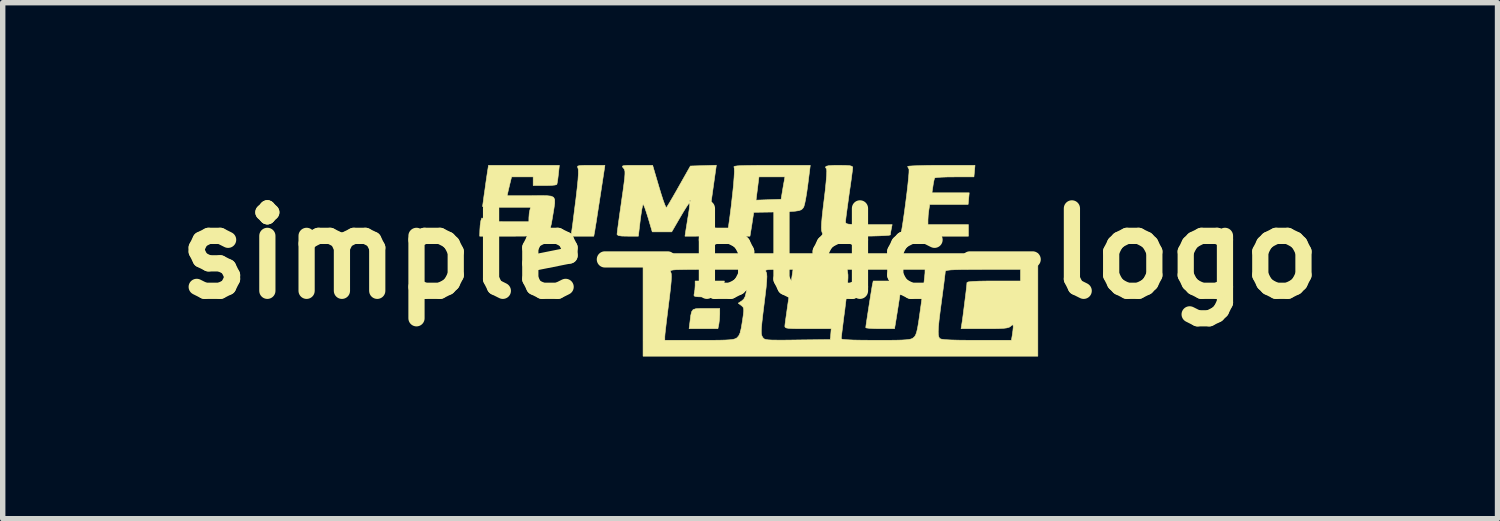
<source format=kicad_pcb>
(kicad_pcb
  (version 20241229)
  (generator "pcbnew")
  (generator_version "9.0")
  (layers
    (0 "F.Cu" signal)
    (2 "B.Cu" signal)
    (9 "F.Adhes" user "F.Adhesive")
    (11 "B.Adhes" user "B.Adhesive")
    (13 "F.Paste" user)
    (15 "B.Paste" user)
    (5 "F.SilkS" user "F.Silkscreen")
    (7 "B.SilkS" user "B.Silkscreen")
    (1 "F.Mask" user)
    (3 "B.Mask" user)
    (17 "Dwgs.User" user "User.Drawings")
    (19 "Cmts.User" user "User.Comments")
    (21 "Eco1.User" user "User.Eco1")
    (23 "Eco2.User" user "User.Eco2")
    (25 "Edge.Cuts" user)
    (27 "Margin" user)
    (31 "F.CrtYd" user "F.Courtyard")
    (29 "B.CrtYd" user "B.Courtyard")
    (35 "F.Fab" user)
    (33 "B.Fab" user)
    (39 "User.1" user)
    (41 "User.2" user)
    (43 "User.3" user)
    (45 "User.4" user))
  (footprint "simple-bldc-logo"
    (layer "F.Cu")
    (at 10.82 1.638)
    (property "Reference" "simple-bldc-logo" (at 0 0 0) (layer "F.SilkS") (effects (font (size 1.524 1.524) (thickness 0.3))))
    (attr through_hole)
    (fp_poly (pts (xy -0.814 1.016) (xy -0.561 1.016) (xy -0.561 1.12) (xy -0.566 1.214) (xy -0.577 1.302) (xy -0.578 1.307) (xy -0.595 1.39) (xy -1.128 1.39) (xy -1.11 1.25) (xy -1.097 1.144) (xy -1.081 1.076) (xy -1.053 1.037) (xy -1.001 1.02) (xy -0.916 1.016) (xy -0.814 1.016)) (stroke (width 0.01) (type solid)) (fill yes) (layer "F.SilkS"))
    (fp_poly (pts (xy -0.491 0.592) (xy -0.504 0.673) (xy -0.508 0.739) (xy -0.51 0.767) (xy -0.522 0.786) (xy -0.555 0.796) (xy -0.617 0.801) (xy -0.719 0.802) (xy -0.778 0.802) (xy -0.901 0.802) (xy -0.978 0.799) (xy -1.021 0.792) (xy -1.037 0.778) (xy -1.036 0.755) (xy -1.033 0.742) (xy -1.021 0.671) (xy -1.016 0.595) (xy -1.016 0.508) (xy -0.475 0.508) (xy -0.491 0.592)) (stroke (width 0.01) (type solid)) (fill yes) (layer "F.SilkS"))
    (fp_poly (pts (xy -2.771 -1.063) (xy -2.798 -0.889) (xy -2.823 -0.729) (xy -2.844 -0.59) (xy -2.862 -0.484) (xy -2.872 -0.418) (xy -2.874 -0.408) (xy -2.89 -0.321) (xy -3.314 -0.321) (xy -3.301 -0.394) (xy -3.294 -0.443) (xy -3.281 -0.535) (xy -3.265 -0.662) (xy -3.246 -0.813) (xy -3.225 -0.979) (xy -3.222 -0.999) (xy -3.198 -1.207) (xy -3.182 -1.365) (xy -3.175 -1.478) (xy -3.176 -1.55) (xy -3.183 -1.581) (xy -3.192 -1.604) (xy -3.184 -1.618) (xy -3.15 -1.626) (xy -3.082 -1.63) (xy -2.97 -1.631) (xy -2.947 -1.631) (xy -2.684 -1.631) (xy -2.771 -1.063)) (stroke (width 0.01) (type solid)) (fill yes) (layer "F.SilkS"))
    (fp_poly (pts (xy 2.654 0.509) (xy 2.742 0.512) (xy 2.796 0.517) (xy 2.807 0.521) (xy 2.803 0.55) (xy 2.793 0.621) (xy 2.777 0.722) (xy 2.759 0.843) (xy 2.739 0.972) (xy 2.719 1.098) (xy 2.701 1.21) (xy 2.687 1.297) (xy 2.686 1.303) (xy 2.671 1.39) (xy 2.405 1.39) (xy 2.293 1.388) (xy 2.205 1.383) (xy 2.15 1.376) (xy 2.139 1.37) (xy 2.143 1.334) (xy 2.154 1.258) (xy 2.17 1.152) (xy 2.189 1.029) (xy 2.209 0.901) (xy 2.228 0.78) (xy 2.245 0.677) (xy 2.257 0.604) (xy 2.261 0.582) (xy 2.277 0.508) (xy 2.542 0.508) (xy 2.654 0.509)) (stroke (width 0.01) (type solid)) (fill yes) (layer "F.SilkS"))
    (fp_poly (pts (xy 4.149 -1.524) (xy 4.139 -1.417) (xy 3.782 -1.417) (xy 3.65 -1.416) (xy 3.538 -1.412) (xy 3.456 -1.406) (xy 3.416 -1.399) (xy 3.413 -1.397) (xy 3.402 -1.361) (xy 3.388 -1.291) (xy 3.382 -1.25) (xy 3.363 -1.123) (xy 4.052 -1.123) (xy 4.042 -1.016) (xy 4.032 -0.909) (xy 3.322 -0.909) (xy 3.306 -0.809) (xy 3.294 -0.715) (xy 3.289 -0.625) (xy 3.289 -0.622) (xy 3.289 -0.535) (xy 4.037 -0.535) (xy 4.037 -0.321) (xy 2.782 -0.321) (xy 2.796 -0.394) (xy 2.816 -0.509) (xy 2.837 -0.648) (xy 2.859 -0.803) (xy 2.88 -0.964) (xy 2.9 -1.122) (xy 2.917 -1.269) (xy 2.93 -1.396) (xy 2.938 -1.492) (xy 2.939 -1.55) (xy 2.937 -1.563) (xy 2.915 -1.602) (xy 2.914 -1.61) (xy 2.94 -1.616) (xy 3.011 -1.621) (xy 3.122 -1.625) (xy 3.263 -1.629) (xy 3.428 -1.631) (xy 3.537 -1.631) (xy 4.159 -1.631) (xy 4.149 -1.524)) (stroke (width 0.01) (type solid)) (fill yes) (layer "F.SilkS"))
    (fp_poly (pts (xy 1.767 -1.629) (xy 1.845 -1.624) (xy 1.886 -1.612) (xy 1.898 -1.595) (xy 1.898 -1.593) (xy 1.895 -1.556) (xy 1.884 -1.474) (xy 1.869 -1.359) (xy 1.849 -1.219) (xy 1.831 -1.096) (xy 1.81 -0.942) (xy 1.791 -0.804) (xy 1.776 -0.692) (xy 1.767 -0.615) (xy 1.765 -0.586) (xy 1.768 -0.567) (xy 1.782 -0.553) (xy 1.815 -0.544) (xy 1.874 -0.539) (xy 1.967 -0.536) (xy 2.102 -0.535) (xy 2.196 -0.535) (xy 2.627 -0.535) (xy 2.61 -0.451) (xy 2.598 -0.386) (xy 2.593 -0.344) (xy 2.593 -0.344) (xy 2.568 -0.338) (xy 2.496 -0.332) (xy 2.386 -0.327) (xy 2.245 -0.323) (xy 2.08 -0.321) (xy 1.978 -0.321) (xy 1.362 -0.321) (xy 1.332 -0.388) (xy 1.322 -0.423) (xy 1.319 -0.479) (xy 1.322 -0.561) (xy 1.332 -0.677) (xy 1.349 -0.833) (xy 1.369 -0.996) (xy 1.39 -1.171) (xy 1.405 -1.322) (xy 1.415 -1.442) (xy 1.418 -1.525) (xy 1.414 -1.562) (xy 1.414 -1.563) (xy 1.394 -1.593) (xy 1.405 -1.613) (xy 1.452 -1.624) (xy 1.541 -1.63) (xy 1.644 -1.631) (xy 1.767 -1.629)) (stroke (width 0.01) (type solid)) (fill yes) (layer "F.SilkS"))
    (fp_poly (pts (xy 1.068 -1.275) (xy 1.049 -1.138) (xy 1.029 -1.016) (xy 1.01 -0.921) (xy 0.994 -0.866) (xy 0.992 -0.861) (xy 0.972 -0.831) (xy 0.945 -0.809) (xy 0.901 -0.793) (xy 0.833 -0.783) (xy 0.734 -0.776) (xy 0.596 -0.771) (xy 0.455 -0.768) (xy 0.068 -0.762) (xy 0.047 -0.628) (xy 0.032 -0.529) (xy 0.017 -0.437) (xy 0.012 -0.408) (xy -0.002 -0.321) (xy -0.424 -0.321) (xy -0.412 -0.408) (xy -0.378 -0.65) (xy -0.349 -0.877) (xy -0.337 -0.987) (xy 0.11 -0.987) (xy 0.342 -0.995) (xy 0.573 -1.003) (xy 0.593 -1.123) (xy 0.609 -1.22) (xy 0.625 -1.311) (xy 0.629 -1.33) (xy 0.644 -1.417) (xy 0.164 -1.417) (xy 0.148 -1.29) (xy 0.136 -1.192) (xy 0.124 -1.099) (xy 0.121 -1.075) (xy 0.11 -0.987) (xy -0.337 -0.987) (xy -0.326 -1.083) (xy -0.307 -1.262) (xy -0.296 -1.408) (xy -0.29 -1.516) (xy -0.293 -1.58) (xy -0.297 -1.595) (xy -0.299 -1.606) (xy -0.281 -1.614) (xy -0.237 -1.621) (xy -0.163 -1.625) (xy -0.053 -1.628) (xy 0.098 -1.63) (xy 0.295 -1.631) (xy 0.393 -1.631) (xy 1.113 -1.631) (xy 1.068 -1.275)) (stroke (width 0.01) (type solid)) (fill yes) (layer "F.SilkS"))
    (fp_poly (pts (xy -3.545 -1.464) (xy -3.556 -1.373) (xy -3.567 -1.305) (xy -3.574 -1.277) (xy -3.605 -1.267) (xy -3.675 -1.26) (xy -3.771 -1.257) (xy -3.798 -1.257) (xy -4.011 -1.257) (xy -4.011 -1.417) (xy -4.41 -1.417) (xy -4.435 -1.317) (xy -4.456 -1.229) (xy -4.475 -1.149) (xy -4.476 -1.143) (xy -4.493 -1.069) (xy -4.051 -1.069) (xy -3.883 -1.071) (xy -3.762 -1.07) (xy -3.68 -1.061) (xy -3.633 -1.039) (xy -3.613 -0.997) (xy -3.613 -0.93) (xy -3.627 -0.831) (xy -3.648 -0.705) (xy -3.673 -0.557) (xy -3.698 -0.454) (xy -3.727 -0.387) (xy -3.762 -0.349) (xy -3.785 -0.337) (xy -3.823 -0.333) (xy -3.907 -0.328) (xy -4.027 -0.325) (xy -4.175 -0.322) (xy -4.344 -0.321) (xy -4.414 -0.321) (xy -5 -0.321) (xy -4.997 -0.434) (xy -4.991 -0.524) (xy -4.979 -0.602) (xy -4.976 -0.615) (xy -4.96 -0.658) (xy -4.947 -0.653) (xy -4.939 -0.635) (xy -4.927 -0.617) (xy -4.903 -0.604) (xy -4.857 -0.596) (xy -4.782 -0.591) (xy -4.67 -0.589) (xy -4.512 -0.588) (xy -4.506 -0.588) (xy -4.091 -0.588) (xy -4.09 -0.662) (xy -4.084 -0.742) (xy -4.074 -0.795) (xy -4.058 -0.856) (xy -4.502 -0.856) (xy -4.649 -0.856) (xy -4.776 -0.858) (xy -4.873 -0.861) (xy -4.932 -0.865) (xy -4.946 -0.868) (xy -4.943 -0.899) (xy -4.933 -0.97) (xy -4.92 -1.07) (xy -4.903 -1.185) (xy -4.887 -1.303) (xy -4.871 -1.412) (xy -4.858 -1.5) (xy -4.851 -1.544) (xy -4.837 -1.631) (xy -3.527 -1.631) (xy -3.545 -1.464)) (stroke (width 0.01) (type solid)) (fill yes) (layer "F.SilkS"))
    (fp_poly (pts (xy -0.712 -1.01) (xy -0.737 -0.833) (xy -0.759 -0.672) (xy -0.778 -0.536) (xy -0.792 -0.433) (xy -0.799 -0.369) (xy -0.801 -0.354) (xy -0.821 -0.335) (xy -0.884 -0.325) (xy -0.994 -0.321) (xy -1.003 -0.321) (xy -1.204 -0.321) (xy -1.187 -0.434) (xy -1.173 -0.52) (xy -1.155 -0.634) (xy -1.137 -0.742) (xy -1.123 -0.835) (xy -1.117 -0.904) (xy -1.12 -0.935) (xy -1.122 -0.936) (xy -1.141 -0.914) (xy -1.181 -0.855) (xy -1.235 -0.768) (xy -1.294 -0.668) (xy -1.449 -0.401) (xy -1.809 -0.401) (xy -1.884 -0.655) (xy -1.918 -0.762) (xy -1.947 -0.847) (xy -1.969 -0.899) (xy -1.978 -0.909) (xy -1.988 -0.884) (xy -2.002 -0.817) (xy -2.017 -0.718) (xy -2.031 -0.615) (xy -2.066 -0.321) (xy -2.263 -0.321) (xy -2.37 -0.323) (xy -2.433 -0.332) (xy -2.458 -0.349) (xy -2.46 -0.357) (xy -2.456 -0.394) (xy -2.446 -0.475) (xy -2.43 -0.592) (xy -2.41 -0.737) (xy -2.386 -0.902) (xy -2.378 -0.962) (xy -2.351 -1.149) (xy -2.332 -1.292) (xy -2.319 -1.395) (xy -2.314 -1.468) (xy -2.314 -1.516) (xy -2.321 -1.547) (xy -2.333 -1.569) (xy -2.342 -1.58) (xy -2.36 -1.602) (xy -2.36 -1.617) (xy -2.335 -1.625) (xy -2.277 -1.63) (xy -2.179 -1.631) (xy -2.095 -1.631) (xy -1.802 -1.631) (xy -1.684 -1.23) (xy -1.643 -1.095) (xy -1.606 -0.981) (xy -1.575 -0.898) (xy -1.554 -0.854) (xy -1.547 -0.849) (xy -1.528 -0.878) (xy -1.487 -0.945) (xy -1.469 -0.976) (xy -1.123 -0.976) (xy -1.11 -0.963) (xy -1.096 -0.976) (xy -1.11 -0.989) (xy -1.123 -0.976) (xy -1.469 -0.976) (xy -1.43 -1.043) (xy -1.362 -1.161) (xy -1.316 -1.243) (xy -1.104 -1.618) (xy -0.624 -1.633) (xy -0.712 -1.01)) (stroke (width 0.01) (type solid)) (fill yes) (layer "F.SilkS"))
    (fp_poly (pts (xy 5.321 1.898) (xy -1.979 1.898) (xy -1.979 1.544) (xy -1.577 1.544) (xy -1.577 1.604) (xy -0.939 1.604) (xy -0.735 1.604) (xy -0.579 1.603) (xy -0.462 1.6) (xy -0.377 1.595) (xy -0.319 1.588) (xy -0.28 1.578) (xy -0.253 1.565) (xy -0.24 1.556) (xy -0.209 1.52) (xy -0.184 1.466) (xy -0.178 1.439) (xy 0.207 1.439) (xy 0.209 1.488) (xy 0.218 1.521) (xy 0.23 1.545) (xy 0.244 1.564) (xy 0.261 1.579) (xy 0.289 1.589) (xy 0.334 1.596) (xy 0.404 1.6) (xy 0.505 1.601) (xy 0.643 1.601) (xy 0.827 1.599) (xy 0.877 1.598) (xy 1.484 1.591) (xy 1.485 1.577) (xy 1.684 1.577) (xy 1.711 1.587) (xy 1.788 1.594) (xy 1.915 1.6) (xy 2.089 1.603) (xy 2.308 1.604) (xy 2.323 1.604) (xy 2.526 1.604) (xy 2.683 1.603) (xy 2.799 1.6) (xy 2.883 1.595) (xy 2.942 1.588) (xy 2.981 1.579) (xy 3.009 1.565) (xy 3.023 1.554) (xy 3.045 1.533) (xy 3.063 1.501) (xy 3.08 1.452) (xy 3.082 1.444) (xy 3.479 1.444) (xy 3.481 1.505) (xy 3.491 1.545) (xy 3.507 1.571) (xy 3.508 1.572) (xy 3.537 1.583) (xy 3.601 1.592) (xy 3.705 1.598) (xy 3.852 1.602) (xy 4.047 1.604) (xy 4.186 1.604) (xy 4.832 1.604) (xy 4.849 1.504) (xy 4.86 1.423) (xy 4.866 1.359) (xy 4.866 1.353) (xy 4.862 1.318) (xy 4.842 1.324) (xy 4.817 1.346) (xy 4.791 1.363) (xy 4.75 1.375) (xy 4.687 1.383) (xy 4.592 1.388) (xy 4.458 1.39) (xy 4.335 1.39) (xy 3.901 1.39) (xy 3.915 1.303) (xy 3.925 1.24) (xy 3.938 1.143) (xy 3.953 1.025) (xy 3.969 0.897) (xy 3.985 0.773) (xy 3.998 0.663) (xy 4.007 0.581) (xy 4.01 0.538) (xy 4.011 0.537) (xy 4.034 0.525) (xy 4.107 0.517) (xy 4.23 0.511) (xy 4.404 0.508) (xy 4.505 0.508) (xy 5 0.508) (xy 5 0.294) (xy 4.305 0.294) (xy 4.089 0.295) (xy 3.922 0.296) (xy 3.796 0.299) (xy 3.708 0.303) (xy 3.651 0.31) (xy 3.62 0.318) (xy 3.61 0.329) (xy 3.609 0.331) (xy 3.606 0.369) (xy 3.596 0.45) (xy 3.582 0.566) (xy 3.563 0.708) (xy 3.543 0.859) (xy 3.515 1.069) (xy 3.495 1.232) (xy 3.483 1.355) (xy 3.479 1.444) (xy 3.082 1.444) (xy 3.097 1.379) (xy 3.115 1.274) (xy 3.136 1.129) (xy 3.158 0.973) (xy 3.181 0.806) (xy 3.201 0.652) (xy 3.217 0.523) (xy 3.228 0.426) (xy 3.233 0.371) (xy 3.234 0.368) (xy 3.235 0.294) (xy 1.796 0.294) (xy 1.81 0.394) (xy 1.81 0.452) (xy 1.804 0.552) (xy 1.792 0.685) (xy 1.776 0.841) (xy 1.755 1.009) (xy 1.754 1.023) (xy 1.732 1.185) (xy 1.714 1.331) (xy 1.699 1.45) (xy 1.689 1.534) (xy 1.685 1.575) (xy 1.684 1.577) (xy 1.485 1.577) (xy 1.492 1.491) (xy 1.5 1.39) (xy 1.071 1.39) (xy 0.91 1.39) (xy 0.795 1.388) (xy 0.718 1.384) (xy 0.673 1.377) (xy 0.65 1.365) (xy 0.643 1.349) (xy 0.643 1.344) (xy 0.647 1.303) (xy 0.658 1.219) (xy 0.675 1.101) (xy 0.695 0.957) (xy 0.719 0.797) (xy 0.719 0.795) (xy 0.794 0.294) (xy 0.53 0.294) (xy 0.411 0.295) (xy 0.336 0.298) (xy 0.297 0.305) (xy 0.287 0.318) (xy 0.295 0.339) (xy 0.298 0.344) (xy 0.307 0.373) (xy 0.311 0.426) (xy 0.307 0.508) (xy 0.297 0.626) (xy 0.278 0.785) (xy 0.259 0.939) (xy 0.236 1.125) (xy 0.22 1.265) (xy 0.21 1.367) (xy 0.207 1.439) (xy -0.178 1.439) (xy -0.164 1.381) (xy -0.143 1.255) (xy -0.126 1.138) (xy -0.118 1.063) (xy -0.12 1.017) (xy -0.132 0.988) (xy -0.155 0.967) (xy -0.162 0.961) (xy -0.219 0.918) (xy -0.153 0.875) (xy -0.117 0.843) (xy -0.091 0.795) (xy -0.072 0.717) (xy -0.057 0.629) (xy -0.042 0.521) (xy -0.031 0.427) (xy -0.027 0.364) (xy -0.027 0.36) (xy -0.027 0.294) (xy -0.762 0.294) (xy -0.979 0.294) (xy -1.149 0.295) (xy -1.275 0.297) (xy -1.366 0.299) (xy -1.425 0.304) (xy -1.459 0.311) (xy -1.473 0.32) (xy -1.473 0.332) (xy -1.467 0.343) (xy -1.458 0.373) (xy -1.455 0.427) (xy -1.459 0.512) (xy -1.47 0.632) (xy -1.489 0.795) (xy -1.507 0.938) (xy -1.528 1.107) (xy -1.547 1.26) (xy -1.562 1.389) (xy -1.573 1.485) (xy -1.577 1.539) (xy -1.577 1.544) (xy -1.979 1.544) (xy -1.979 0) (xy 5.321 0) (xy 5.321 1.898)) (stroke (width 0.01) (type solid)) (fill yes) (layer "F.SilkS")))
  (gr_rect
    (start -3 -3)
    (end 24.641 6.541)
    (stroke (width 0.1) (type default))
    (fill no)
    (layer "Edge.Cuts")))
</source>
